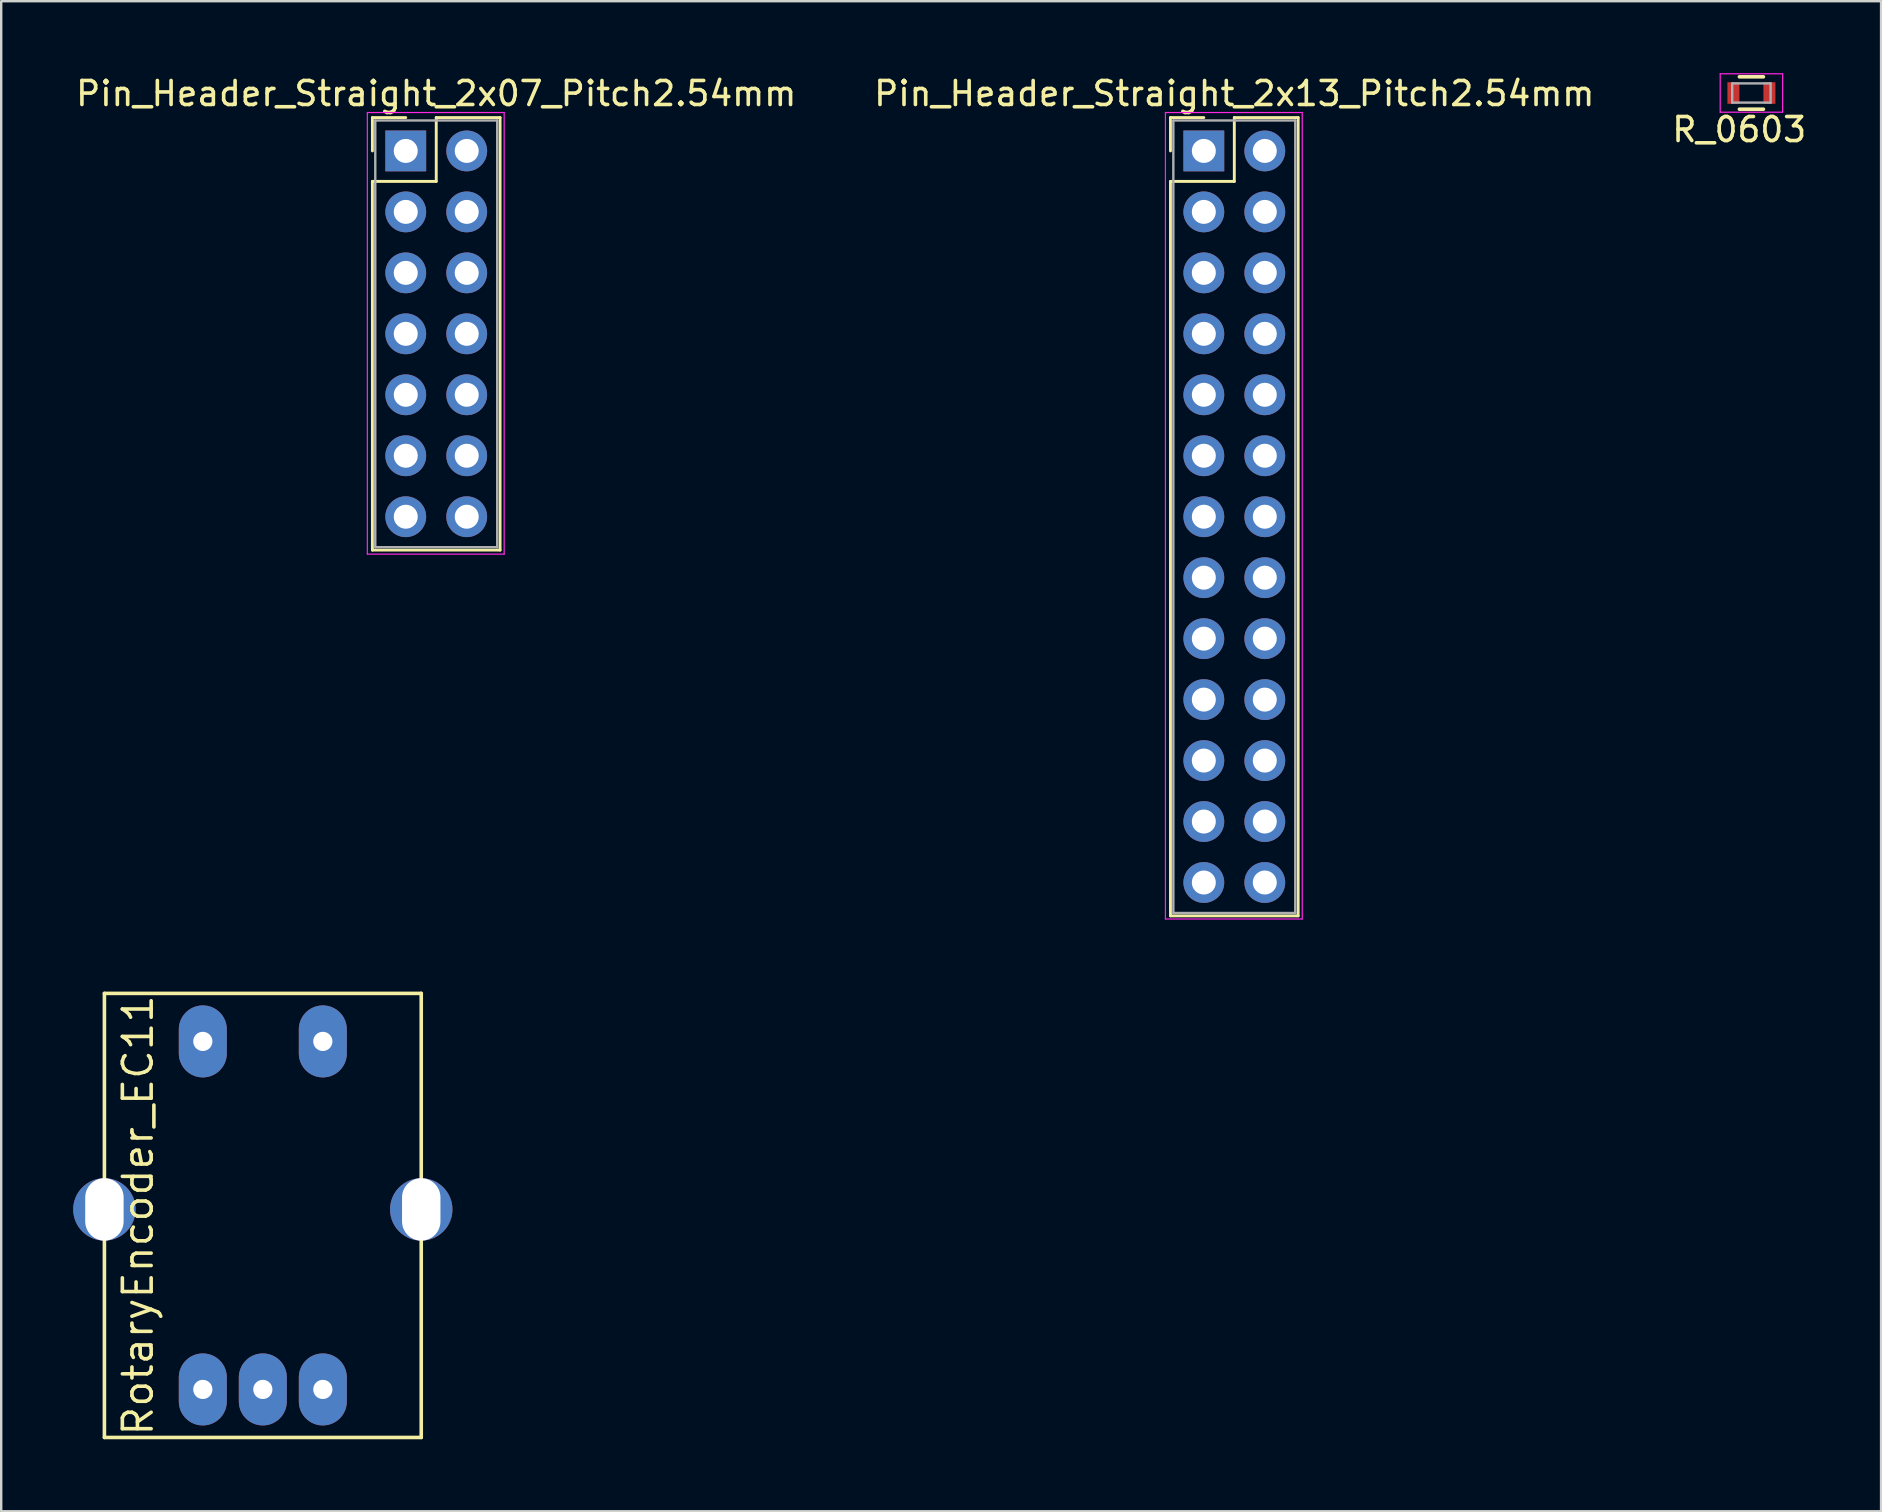
<source format=kicad_pcb>
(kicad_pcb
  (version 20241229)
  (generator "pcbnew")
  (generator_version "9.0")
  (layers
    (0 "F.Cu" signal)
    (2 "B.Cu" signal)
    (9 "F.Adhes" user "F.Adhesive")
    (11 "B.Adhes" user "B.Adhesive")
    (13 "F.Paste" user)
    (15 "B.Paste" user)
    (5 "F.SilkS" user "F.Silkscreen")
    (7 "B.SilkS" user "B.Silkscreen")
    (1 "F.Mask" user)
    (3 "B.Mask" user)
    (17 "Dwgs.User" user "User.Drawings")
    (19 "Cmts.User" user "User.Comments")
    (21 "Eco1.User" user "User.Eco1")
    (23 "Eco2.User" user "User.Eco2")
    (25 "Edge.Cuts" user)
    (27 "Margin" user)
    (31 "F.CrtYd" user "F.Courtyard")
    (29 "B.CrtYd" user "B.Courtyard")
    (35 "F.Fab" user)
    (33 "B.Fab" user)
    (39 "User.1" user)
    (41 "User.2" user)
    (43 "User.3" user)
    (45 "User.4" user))
  (footprint "RotaryEncoder_EC11"
    (layer "F.Cu")
    (at 7.9 47.338)
    (property "Reference" "RotaryEncoder_EC11" (at -5.2 0.25 90) (layer "F.SilkS") (effects (font (size 1.2 1.2) (thickness 0.15))))
    (attr through_hole)
    (fp_line (start -6.6 -9) (end -6.6 0) (stroke (width 0.15) (type solid)) (layer "F.SilkS"))
    (fp_line (start -6.6 0) (end -6.6 9.5) (stroke (width 0.15) (type solid)) (layer "F.SilkS"))
    (fp_line (start -6.6 9.5) (end 6.6 9.5) (stroke (width 0.15) (type solid)) (layer "F.SilkS"))
    (fp_line (start 6.6 -9) (end -6.6 -9) (stroke (width 0.15) (type solid)) (layer "F.SilkS"))
    (fp_line (start 6.6 9.5) (end 6.6 -9) (stroke (width 0.15) (type solid)) (layer "F.SilkS"))
    (pad "" np_thru_hole circle (at -6.6 0) (size 2.6 2.6) (drill oval 1.6 2.6) (layers "*.Cu" "*.Mask"))
    (pad "" np_thru_hole circle (at 6.6 0) (size 2.6 2.6) (drill oval 1.6 2.6) (layers "*.Cu" "*.Mask"))
    (pad "1" thru_hole oval (at -2.5 7.5) (size 2 3) (drill 0.8) (layers "*.Cu" "*.Mask"))
    (pad "2" thru_hole oval (at 0 7.5) (size 2 3) (drill 0.8) (layers "*.Cu" "*.Mask"))
    (pad "3" thru_hole oval (at 2.5 7.5) (size 2 3) (drill 0.8) (layers "*.Cu" "*.Mask"))
    (pad "4" thru_hole oval (at 2.5 -7) (size 2 3) (drill 0.8) (layers "*.Cu" "*.Mask"))
    (pad "5" thru_hole oval (at -2.5 -7) (size 2 3) (drill 0.8) (layers "*.Cu" "*.Mask")))
  (footprint "R_0603"
    (layer "F.Cu")
    (at 69.919 0.825)
    (property "Reference" "R_0603" (at -0.508 1.524 0) (layer "F.SilkS") (effects (font (size 1 1) (thickness 0.15))))
    (attr smd)
    (fp_line (start -0.5 -0.675) (end 0.5 -0.675) (stroke (width 0.15) (type solid)) (layer "F.SilkS"))
    (fp_line (start 0.5 0.675) (end -0.5 0.675) (stroke (width 0.15) (type solid)) (layer "F.SilkS"))
    (fp_line (start -1.3 -0.8) (end -1.3 0.8) (stroke (width 0.05) (type solid)) (layer "F.CrtYd"))
    (fp_line (start -1.3 -0.8) (end 1.3 -0.8) (stroke (width 0.05) (type solid)) (layer "F.CrtYd"))
    (fp_line (start -1.3 0.8) (end 1.3 0.8) (stroke (width 0.05) (type solid)) (layer "F.CrtYd"))
    (fp_line (start 1.3 -0.8) (end 1.3 0.8) (stroke (width 0.05) (type solid)) (layer "F.CrtYd"))
    (fp_line (start -0.8 -0.4) (end 0.8 -0.4) (stroke (width 0.1) (type solid)) (layer "F.Fab"))
    (fp_line (start -0.8 0.4) (end -0.8 -0.4) (stroke (width 0.1) (type solid)) (layer "F.Fab"))
    (fp_line (start 0.8 -0.4) (end 0.8 0.4) (stroke (width 0.1) (type solid)) (layer "F.Fab"))
    (fp_line (start 0.8 0.4) (end -0.8 0.4) (stroke (width 0.1) (type solid)) (layer "F.Fab"))
    (pad "1" smd rect (at -0.75 0) (size 0.5 0.9) (layers "F.Cu" "F.Mask" "F.Paste"))
    (pad "2" smd rect (at 0.75 0) (size 0.5 0.9) (layers "F.Cu" "F.Mask" "F.Paste")))
  (footprint "Pin_Header_Straight_2x13_Pitch2.54mm"
    (layer "F.Cu")
    (at 47.105 3.238)
    (property "Reference" "Pin_Header_Straight_2x13_Pitch2.54mm" (at 1.27 -2.39 0) (layer "F.SilkS") (effects (font (size 1 1) (thickness 0.15))))
    (attr through_hole)
    (fp_line (start -1.39 -1.39) (end 0 -1.39) (stroke (width 0.12) (type solid)) (layer "F.SilkS"))
    (fp_line (start -1.39 0) (end -1.39 -1.39) (stroke (width 0.12) (type solid)) (layer "F.SilkS"))
    (fp_line (start -1.39 1.27) (end -1.39 31.87) (stroke (width 0.12) (type solid)) (layer "F.SilkS"))
    (fp_line (start -1.39 31.87) (end 3.93 31.87) (stroke (width 0.12) (type solid)) (layer "F.SilkS"))
    (fp_line (start 1.27 -1.39) (end 1.27 1.27) (stroke (width 0.12) (type solid)) (layer "F.SilkS"))
    (fp_line (start 1.27 1.27) (end -1.39 1.27) (stroke (width 0.12) (type solid)) (layer "F.SilkS"))
    (fp_line (start 3.93 -1.39) (end 1.27 -1.39) (stroke (width 0.12) (type solid)) (layer "F.SilkS"))
    (fp_line (start 3.93 31.87) (end 3.93 -1.39) (stroke (width 0.12) (type solid)) (layer "F.SilkS"))
    (fp_line (start -1.6 -1.6) (end -1.6 32) (stroke (width 0.05) (type solid)) (layer "F.CrtYd"))
    (fp_line (start -1.6 32) (end 4.1 32) (stroke (width 0.05) (type solid)) (layer "F.CrtYd"))
    (fp_line (start 4.1 -1.6) (end -1.6 -1.6) (stroke (width 0.05) (type solid)) (layer "F.CrtYd"))
    (fp_line (start 4.1 32) (end 4.1 -1.6) (stroke (width 0.05) (type solid)) (layer "F.CrtYd"))
    (fp_line (start -1.27 -1.27) (end -1.27 31.75) (stroke (width 0.1) (type solid)) (layer "F.Fab"))
    (fp_line (start -1.27 31.75) (end 3.81 31.75) (stroke (width 0.1) (type solid)) (layer "F.Fab"))
    (fp_line (start 3.81 -1.27) (end -1.27 -1.27) (stroke (width 0.1) (type solid)) (layer "F.Fab"))
    (fp_line (start 3.81 31.75) (end 3.81 -1.27) (stroke (width 0.1) (type solid)) (layer "F.Fab"))
    (pad "1" thru_hole rect (at 0 0) (size 1.7 1.7) (drill 1) (layers "*.Cu" "*.Mask"))
    (pad "2" thru_hole oval (at 2.54 0) (size 1.7 1.7) (drill 1) (layers "*.Cu" "*.Mask"))
    (pad "3" thru_hole oval (at 0 2.54) (size 1.7 1.7) (drill 1) (layers "*.Cu" "*.Mask"))
    (pad "4" thru_hole oval (at 2.54 2.54) (size 1.7 1.7) (drill 1) (layers "*.Cu" "*.Mask"))
    (pad "5" thru_hole oval (at 0 5.08) (size 1.7 1.7) (drill 1) (layers "*.Cu" "*.Mask"))
    (pad "6" thru_hole oval (at 2.54 5.08) (size 1.7 1.7) (drill 1) (layers "*.Cu" "*.Mask"))
    (pad "7" thru_hole oval (at 0 7.62) (size 1.7 1.7) (drill 1) (layers "*.Cu" "*.Mask"))
    (pad "8" thru_hole oval (at 2.54 7.62) (size 1.7 1.7) (drill 1) (layers "*.Cu" "*.Mask"))
    (pad "9" thru_hole oval (at 0 10.16) (size 1.7 1.7) (drill 1) (layers "*.Cu" "*.Mask"))
    (pad "10" thru_hole oval (at 2.54 10.16) (size 1.7 1.7) (drill 1) (layers "*.Cu" "*.Mask"))
    (pad "11" thru_hole oval (at 0 12.7) (size 1.7 1.7) (drill 1) (layers "*.Cu" "*.Mask"))
    (pad "12" thru_hole oval (at 2.54 12.7) (size 1.7 1.7) (drill 1) (layers "*.Cu" "*.Mask"))
    (pad "13" thru_hole oval (at 0 15.24) (size 1.7 1.7) (drill 1) (layers "*.Cu" "*.Mask"))
    (pad "14" thru_hole oval (at 2.54 15.24) (size 1.7 1.7) (drill 1) (layers "*.Cu" "*.Mask"))
    (pad "15" thru_hole oval (at 0 17.78) (size 1.7 1.7) (drill 1) (layers "*.Cu" "*.Mask"))
    (pad "16" thru_hole oval (at 2.54 17.78) (size 1.7 1.7) (drill 1) (layers "*.Cu" "*.Mask"))
    (pad "17" thru_hole oval (at 0 20.32) (size 1.7 1.7) (drill 1) (layers "*.Cu" "*.Mask"))
    (pad "18" thru_hole oval (at 2.54 20.32) (size 1.7 1.7) (drill 1) (layers "*.Cu" "*.Mask"))
    (pad "19" thru_hole oval (at 0 22.86) (size 1.7 1.7) (drill 1) (layers "*.Cu" "*.Mask"))
    (pad "20" thru_hole oval (at 2.54 22.86) (size 1.7 1.7) (drill 1) (layers "*.Cu" "*.Mask"))
    (pad "21" thru_hole oval (at 0 25.4) (size 1.7 1.7) (drill 1) (layers "*.Cu" "*.Mask"))
    (pad "22" thru_hole oval (at 2.54 25.4) (size 1.7 1.7) (drill 1) (layers "*.Cu" "*.Mask"))
    (pad "23" thru_hole oval (at 0 27.94) (size 1.7 1.7) (drill 1) (layers "*.Cu" "*.Mask"))
    (pad "24" thru_hole oval (at 2.54 27.94) (size 1.7 1.7) (drill 1) (layers "*.Cu" "*.Mask"))
    (pad "25" thru_hole oval (at 0 30.48) (size 1.7 1.7) (drill 1) (layers "*.Cu" "*.Mask"))
    (pad "26" thru_hole oval (at 2.54 30.48) (size 1.7 1.7) (drill 1) (layers "*.Cu" "*.Mask")))
  (footprint "Pin_Header_Straight_2x07_Pitch2.54mm"
    (layer "F.Cu")
    (at 13.855 3.238)
    (property "Reference" "Pin_Header_Straight_2x07_Pitch2.54mm" (at 1.27 -2.39 0) (layer "F.SilkS") (effects (font (size 1 1) (thickness 0.15))))
    (attr through_hole)
    (fp_line (start -1.39 -1.39) (end 0 -1.39) (stroke (width 0.12) (type solid)) (layer "F.SilkS"))
    (fp_line (start -1.39 0) (end -1.39 -1.39) (stroke (width 0.12) (type solid)) (layer "F.SilkS"))
    (fp_line (start -1.39 1.27) (end -1.39 16.63) (stroke (width 0.12) (type solid)) (layer "F.SilkS"))
    (fp_line (start -1.39 16.63) (end 3.93 16.63) (stroke (width 0.12) (type solid)) (layer "F.SilkS"))
    (fp_line (start 1.27 -1.39) (end 1.27 1.27) (stroke (width 0.12) (type solid)) (layer "F.SilkS"))
    (fp_line (start 1.27 1.27) (end -1.39 1.27) (stroke (width 0.12) (type solid)) (layer "F.SilkS"))
    (fp_line (start 3.93 -1.39) (end 1.27 -1.39) (stroke (width 0.12) (type solid)) (layer "F.SilkS"))
    (fp_line (start 3.93 16.63) (end 3.93 -1.39) (stroke (width 0.12) (type solid)) (layer "F.SilkS"))
    (fp_line (start -1.6 -1.6) (end -1.6 16.8) (stroke (width 0.05) (type solid)) (layer "F.CrtYd"))
    (fp_line (start -1.6 16.8) (end 4.1 16.8) (stroke (width 0.05) (type solid)) (layer "F.CrtYd"))
    (fp_line (start 4.1 -1.6) (end -1.6 -1.6) (stroke (width 0.05) (type solid)) (layer "F.CrtYd"))
    (fp_line (start 4.1 16.8) (end 4.1 -1.6) (stroke (width 0.05) (type solid)) (layer "F.CrtYd"))
    (fp_line (start -1.27 -1.27) (end -1.27 16.51) (stroke (width 0.1) (type solid)) (layer "F.Fab"))
    (fp_line (start -1.27 16.51) (end 3.81 16.51) (stroke (width 0.1) (type solid)) (layer "F.Fab"))
    (fp_line (start 3.81 -1.27) (end -1.27 -1.27) (stroke (width 0.1) (type solid)) (layer "F.Fab"))
    (fp_line (start 3.81 16.51) (end 3.81 -1.27) (stroke (width 0.1) (type solid)) (layer "F.Fab"))
    (pad "1" thru_hole rect (at 0 0) (size 1.7 1.7) (drill 1) (layers "*.Cu" "*.Mask"))
    (pad "2" thru_hole oval (at 2.54 0) (size 1.7 1.7) (drill 1) (layers "*.Cu" "*.Mask"))
    (pad "3" thru_hole oval (at 0 2.54) (size 1.7 1.7) (drill 1) (layers "*.Cu" "*.Mask"))
    (pad "4" thru_hole oval (at 2.54 2.54) (size 1.7 1.7) (drill 1) (layers "*.Cu" "*.Mask"))
    (pad "5" thru_hole oval (at 0 5.08) (size 1.7 1.7) (drill 1) (layers "*.Cu" "*.Mask"))
    (pad "6" thru_hole oval (at 2.54 5.08) (size 1.7 1.7) (drill 1) (layers "*.Cu" "*.Mask"))
    (pad "7" thru_hole oval (at 0 7.62) (size 1.7 1.7) (drill 1) (layers "*.Cu" "*.Mask"))
    (pad "8" thru_hole oval (at 2.54 7.62) (size 1.7 1.7) (drill 1) (layers "*.Cu" "*.Mask"))
    (pad "9" thru_hole oval (at 0 10.16) (size 1.7 1.7) (drill 1) (layers "*.Cu" "*.Mask"))
    (pad "10" thru_hole oval (at 2.54 10.16) (size 1.7 1.7) (drill 1) (layers "*.Cu" "*.Mask"))
    (pad "11" thru_hole oval (at 0 12.7) (size 1.7 1.7) (drill 1) (layers "*.Cu" "*.Mask"))
    (pad "12" thru_hole oval (at 2.54 12.7) (size 1.7 1.7) (drill 1) (layers "*.Cu" "*.Mask"))
    (pad "13" thru_hole oval (at 0 15.24) (size 1.7 1.7) (drill 1) (layers "*.Cu" "*.Mask"))
    (pad "14" thru_hole oval (at 2.54 15.24) (size 1.7 1.7) (drill 1) (layers "*.Cu" "*.Mask")))
  (gr_rect
    (start -3 -3)
    (end 75.321 59.913)
    (stroke (width 0.1) (type default))
    (fill no)
    (layer "Edge.Cuts")))
</source>
